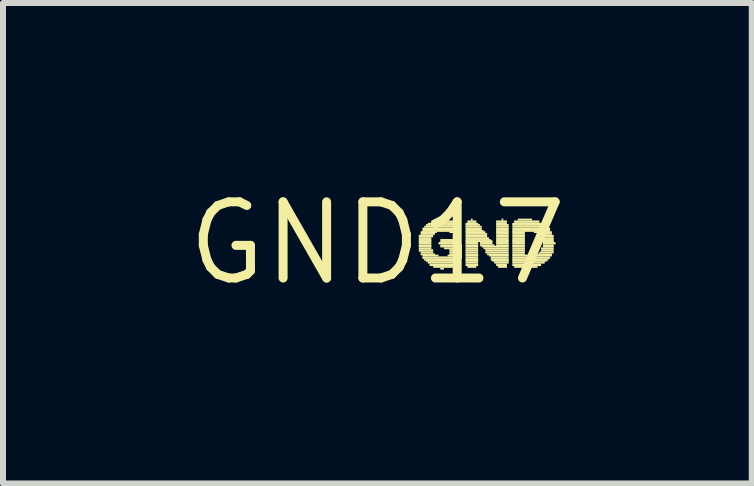
<source format=kicad_pcb>
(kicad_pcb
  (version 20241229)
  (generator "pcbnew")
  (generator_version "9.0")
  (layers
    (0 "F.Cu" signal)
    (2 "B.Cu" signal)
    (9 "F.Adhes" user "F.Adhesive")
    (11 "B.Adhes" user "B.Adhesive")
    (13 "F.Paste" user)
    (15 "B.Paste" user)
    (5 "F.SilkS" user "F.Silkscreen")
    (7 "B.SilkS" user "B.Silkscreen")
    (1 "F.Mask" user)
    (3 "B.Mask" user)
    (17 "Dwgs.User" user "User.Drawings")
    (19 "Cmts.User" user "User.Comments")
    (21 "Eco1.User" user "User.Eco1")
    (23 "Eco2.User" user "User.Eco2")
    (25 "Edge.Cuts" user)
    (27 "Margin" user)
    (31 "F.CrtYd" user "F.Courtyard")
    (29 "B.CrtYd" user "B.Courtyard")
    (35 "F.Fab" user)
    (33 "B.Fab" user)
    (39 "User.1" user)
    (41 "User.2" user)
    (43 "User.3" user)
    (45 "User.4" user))
  (footprint "GND17"
    (layer "F.Cu")
    (at 3.243 1.006)
    (property "Reference" "GND17" (at 0 0 0) (layer "F.SilkS") (effects (font (size 1.27 1.27) (thickness 0.15))))
    (fp_poly (pts (xy 0.69 -0.1) (xy 0.93 -0.1) (xy 0.93 -0.14) (xy 0.69 -0.14)) (stroke (width 0) (type default)) (fill yes) (layer "F.SilkS"))
    (fp_poly (pts (xy 0.69 -0.07) (xy 0.9 -0.07) (xy 0.9 -0.1) (xy 0.69 -0.1)) (stroke (width 0) (type default)) (fill yes) (layer "F.SilkS"))
    (fp_poly (pts (xy 0.69 -0.04) (xy 0.9 -0.04) (xy 0.9 -0.07) (xy 0.69 -0.07)) (stroke (width 0) (type default)) (fill yes) (layer "F.SilkS"))
    (fp_poly (pts (xy 0.69 -0.02) (xy 0.9 -0.02) (xy 0.9 -0.05) (xy 0.69 -0.05)) (stroke (width 0) (type default)) (fill yes) (layer "F.SilkS"))
    (fp_poly (pts (xy 0.69 0.02) (xy 0.9 0.02) (xy 0.9 -0.02) (xy 0.69 -0.02)) (stroke (width 0) (type default)) (fill yes) (layer "F.SilkS"))
    (fp_poly (pts (xy 0.69 0.05) (xy 0.9 0.05) (xy 0.9 0.02) (xy 0.69 0.02)) (stroke (width 0) (type default)) (fill yes) (layer "F.SilkS"))
    (fp_poly (pts (xy 0.69 0.07) (xy 0.9 0.07) (xy 0.9 0.04) (xy 0.69 0.04)) (stroke (width 0) (type default)) (fill yes) (layer "F.SilkS"))
    (fp_poly (pts (xy 0.69 0.1) (xy 0.9 0.1) (xy 0.9 0.07) (xy 0.69 0.07)) (stroke (width 0) (type default)) (fill yes) (layer "F.SilkS"))
    (fp_poly (pts (xy 0.69 0.14) (xy 0.93 0.14) (xy 0.93 0.1) (xy 0.69 0.1)) (stroke (width 0) (type default)) (fill yes) (layer "F.SilkS"))
    (fp_poly (pts (xy 0.72 -0.17) (xy 0.99 -0.17) (xy 0.99 -0.2) (xy 0.72 -0.2)) (stroke (width 0) (type default)) (fill yes) (layer "F.SilkS"))
    (fp_poly (pts (xy 0.72 -0.14) (xy 0.96 -0.14) (xy 0.96 -0.17) (xy 0.72 -0.17)) (stroke (width 0) (type default)) (fill yes) (layer "F.SilkS"))
    (fp_poly (pts (xy 0.72 0.17) (xy 0.93 0.17) (xy 0.93 0.14) (xy 0.72 0.14)) (stroke (width 0) (type default)) (fill yes) (layer "F.SilkS"))
    (fp_poly (pts (xy 0.72 0.2) (xy 0.96 0.2) (xy 0.96 0.17) (xy 0.72 0.17)) (stroke (width 0) (type default)) (fill yes) (layer "F.SilkS"))
    (fp_poly (pts (xy 0.75 -0.22) (xy 1.35 -0.22) (xy 1.35 -0.26) (xy 0.75 -0.26)) (stroke (width 0) (type default)) (fill yes) (layer "F.SilkS"))
    (fp_poly (pts (xy 0.75 -0.19) (xy 1.35 -0.19) (xy 1.35 -0.22) (xy 0.75 -0.22)) (stroke (width 0) (type default)) (fill yes) (layer "F.SilkS"))
    (fp_poly (pts (xy 0.75 0.22) (xy 1.02 0.22) (xy 1.02 0.19) (xy 0.75 0.19)) (stroke (width 0) (type default)) (fill yes) (layer "F.SilkS"))
    (fp_poly (pts (xy 0.75 0.26) (xy 1.41 0.26) (xy 1.41 0.22) (xy 0.75 0.22)) (stroke (width 0) (type default)) (fill yes) (layer "F.SilkS"))
    (fp_poly (pts (xy 0.78 -0.26) (xy 1.38 -0.26) (xy 1.38 -0.29) (xy 0.78 -0.29)) (stroke (width 0) (type default)) (fill yes) (layer "F.SilkS"))
    (fp_poly (pts (xy 0.78 0.29) (xy 1.38 0.29) (xy 1.38 0.26) (xy 0.78 0.26)) (stroke (width 0) (type default)) (fill yes) (layer "F.SilkS"))
    (fp_poly (pts (xy 0.81 -0.29) (xy 1.35 -0.29) (xy 1.35 -0.32) (xy 0.81 -0.32)) (stroke (width 0) (type default)) (fill yes) (layer "F.SilkS"))
    (fp_poly (pts (xy 0.81 0.31) (xy 1.38 0.31) (xy 1.38 0.28) (xy 0.81 0.28)) (stroke (width 0) (type default)) (fill yes) (layer "F.SilkS"))
    (fp_poly (pts (xy 0.84 -0.31) (xy 1.32 -0.31) (xy 1.32 -0.34) (xy 0.84 -0.34)) (stroke (width 0) (type default)) (fill yes) (layer "F.SilkS"))
    (fp_poly (pts (xy 0.84 0.34) (xy 1.35 0.34) (xy 1.35 0.31) (xy 0.84 0.31)) (stroke (width 0) (type default)) (fill yes) (layer "F.SilkS"))
    (fp_poly (pts (xy 0.87 0.38) (xy 1.32 0.38) (xy 1.32 0.34) (xy 0.87 0.34)) (stroke (width 0) (type default)) (fill yes) (layer "F.SilkS"))
    (fp_poly (pts (xy 0.9 -0.34) (xy 1.26 -0.34) (xy 1.26 -0.38) (xy 0.9 -0.38)) (stroke (width 0) (type default)) (fill yes) (layer "F.SilkS"))
    (fp_poly (pts (xy 0.93 0.41) (xy 1.26 0.41) (xy 1.26 0.38) (xy 0.93 0.38)) (stroke (width 0) (type default)) (fill yes) (layer "F.SilkS"))
    (fp_poly (pts (xy 0.99 -0.38) (xy 1.2 -0.38) (xy 1.2 -0.41) (xy 0.99 -0.41)) (stroke (width 0) (type default)) (fill yes) (layer "F.SilkS"))
    (fp_poly (pts (xy 1.02 0.02) (xy 1.38 0.02) (xy 1.38 -0.02) (xy 1.02 -0.02)) (stroke (width 0) (type default)) (fill yes) (layer "F.SilkS"))
    (fp_poly (pts (xy 1.05 -0.04) (xy 1.38 -0.04) (xy 1.38 -0.07) (xy 1.05 -0.07)) (stroke (width 0) (type default)) (fill yes) (layer "F.SilkS"))
    (fp_poly (pts (xy 1.05 -0.02) (xy 1.38 -0.02) (xy 1.38 -0.05) (xy 1.05 -0.05)) (stroke (width 0) (type default)) (fill yes) (layer "F.SilkS"))
    (fp_poly (pts (xy 1.05 0.05) (xy 1.41 0.05) (xy 1.41 0.02) (xy 1.05 0.02)) (stroke (width 0) (type default)) (fill yes) (layer "F.SilkS"))
    (fp_poly (pts (xy 1.05 0.07) (xy 1.41 0.07) (xy 1.41 0.04) (xy 1.05 0.04)) (stroke (width 0) (type default)) (fill yes) (layer "F.SilkS"))
    (fp_poly (pts (xy 1.05 0.44) (xy 1.11 0.44) (xy 1.11 0.41) (xy 1.05 0.41)) (stroke (width 0) (type default)) (fill yes) (layer "F.SilkS"))
    (fp_poly (pts (xy 1.11 0.1) (xy 1.41 0.1) (xy 1.41 0.07) (xy 1.11 0.07)) (stroke (width 0) (type default)) (fill yes) (layer "F.SilkS"))
    (fp_poly (pts (xy 1.17 0.22) (xy 1.41 0.22) (xy 1.41 0.19) (xy 1.17 0.19)) (stroke (width 0) (type default)) (fill yes) (layer "F.SilkS"))
    (fp_poly (pts (xy 1.2 -0.17) (xy 1.32 -0.17) (xy 1.32 -0.2) (xy 1.2 -0.2)) (stroke (width 0) (type default)) (fill yes) (layer "F.SilkS"))
    (fp_poly (pts (xy 1.2 0.14) (xy 1.41 0.14) (xy 1.41 0.1) (xy 1.2 0.1)) (stroke (width 0) (type default)) (fill yes) (layer "F.SilkS"))
    (fp_poly (pts (xy 1.2 0.17) (xy 1.41 0.17) (xy 1.41 0.14) (xy 1.2 0.14)) (stroke (width 0) (type default)) (fill yes) (layer "F.SilkS"))
    (fp_poly (pts (xy 1.2 0.2) (xy 1.41 0.2) (xy 1.41 0.17) (xy 1.2 0.17)) (stroke (width 0) (type default)) (fill yes) (layer "F.SilkS"))
    (fp_poly (pts (xy 1.26 -0.14) (xy 1.29 -0.14) (xy 1.29 -0.17) (xy 1.26 -0.17)) (stroke (width 0) (type default)) (fill yes) (layer "F.SilkS"))
    (fp_poly (pts (xy 1.47 -0.31) (xy 1.68 -0.31) (xy 1.68 -0.34) (xy 1.47 -0.34)) (stroke (width 0) (type default)) (fill yes) (layer "F.SilkS"))
    (fp_poly (pts (xy 1.47 -0.29) (xy 1.71 -0.29) (xy 1.71 -0.32) (xy 1.47 -0.32)) (stroke (width 0) (type default)) (fill yes) (layer "F.SilkS"))
    (fp_poly (pts (xy 1.47 -0.26) (xy 1.74 -0.26) (xy 1.74 -0.29) (xy 1.47 -0.29)) (stroke (width 0) (type default)) (fill yes) (layer "F.SilkS"))
    (fp_poly (pts (xy 1.47 -0.22) (xy 1.74 -0.22) (xy 1.74 -0.26) (xy 1.47 -0.26)) (stroke (width 0) (type default)) (fill yes) (layer "F.SilkS"))
    (fp_poly (pts (xy 1.47 -0.19) (xy 1.77 -0.19) (xy 1.77 -0.22) (xy 1.47 -0.22)) (stroke (width 0) (type default)) (fill yes) (layer "F.SilkS"))
    (fp_poly (pts (xy 1.47 -0.17) (xy 1.8 -0.17) (xy 1.8 -0.2) (xy 1.47 -0.2)) (stroke (width 0) (type default)) (fill yes) (layer "F.SilkS"))
    (fp_poly (pts (xy 1.47 -0.14) (xy 1.83 -0.14) (xy 1.83 -0.17) (xy 1.47 -0.17)) (stroke (width 0) (type default)) (fill yes) (layer "F.SilkS"))
    (fp_poly (pts (xy 1.47 -0.1) (xy 1.83 -0.1) (xy 1.83 -0.14) (xy 1.47 -0.14)) (stroke (width 0) (type default)) (fill yes) (layer "F.SilkS"))
    (fp_poly (pts (xy 1.47 -0.07) (xy 1.86 -0.07) (xy 1.86 -0.1) (xy 1.47 -0.1)) (stroke (width 0) (type default)) (fill yes) (layer "F.SilkS"))
    (fp_poly (pts (xy 1.47 -0.04) (xy 1.89 -0.04) (xy 1.89 -0.07) (xy 1.47 -0.07)) (stroke (width 0) (type default)) (fill yes) (layer "F.SilkS"))
    (fp_poly (pts (xy 1.47 -0.02) (xy 1.92 -0.02) (xy 1.92 -0.05) (xy 1.47 -0.05)) (stroke (width 0) (type default)) (fill yes) (layer "F.SilkS"))
    (fp_poly (pts (xy 1.47 0.02) (xy 1.68 0.02) (xy 1.68 -0.02) (xy 1.47 -0.02)) (stroke (width 0) (type default)) (fill yes) (layer "F.SilkS"))
    (fp_poly (pts (xy 1.47 0.05) (xy 1.68 0.05) (xy 1.68 0.02) (xy 1.47 0.02)) (stroke (width 0) (type default)) (fill yes) (layer "F.SilkS"))
    (fp_poly (pts (xy 1.47 0.07) (xy 1.68 0.07) (xy 1.68 0.04) (xy 1.47 0.04)) (stroke (width 0) (type default)) (fill yes) (layer "F.SilkS"))
    (fp_poly (pts (xy 1.47 0.1) (xy 1.68 0.1) (xy 1.68 0.07) (xy 1.47 0.07)) (stroke (width 0) (type default)) (fill yes) (layer "F.SilkS"))
    (fp_poly (pts (xy 1.47 0.14) (xy 1.68 0.14) (xy 1.68 0.1) (xy 1.47 0.1)) (stroke (width 0) (type default)) (fill yes) (layer "F.SilkS"))
    (fp_poly (pts (xy 1.47 0.17) (xy 1.68 0.17) (xy 1.68 0.14) (xy 1.47 0.14)) (stroke (width 0) (type default)) (fill yes) (layer "F.SilkS"))
    (fp_poly (pts (xy 1.47 0.2) (xy 1.68 0.2) (xy 1.68 0.17) (xy 1.47 0.17)) (stroke (width 0) (type default)) (fill yes) (layer "F.SilkS"))
    (fp_poly (pts (xy 1.47 0.22) (xy 1.68 0.22) (xy 1.68 0.19) (xy 1.47 0.19)) (stroke (width 0) (type default)) (fill yes) (layer "F.SilkS"))
    (fp_poly (pts (xy 1.47 0.26) (xy 1.68 0.26) (xy 1.68 0.22) (xy 1.47 0.22)) (stroke (width 0) (type default)) (fill yes) (layer "F.SilkS"))
    (fp_poly (pts (xy 1.47 0.29) (xy 1.68 0.29) (xy 1.68 0.26) (xy 1.47 0.26)) (stroke (width 0) (type default)) (fill yes) (layer "F.SilkS"))
    (fp_poly (pts (xy 1.47 0.31) (xy 1.68 0.31) (xy 1.68 0.28) (xy 1.47 0.28)) (stroke (width 0) (type default)) (fill yes) (layer "F.SilkS"))
    (fp_poly (pts (xy 1.47 0.34) (xy 1.68 0.34) (xy 1.68 0.31) (xy 1.47 0.31)) (stroke (width 0) (type default)) (fill yes) (layer "F.SilkS"))
    (fp_poly (pts (xy 1.47 0.38) (xy 1.68 0.38) (xy 1.68 0.34) (xy 1.47 0.34)) (stroke (width 0) (type default)) (fill yes) (layer "F.SilkS"))
    (fp_poly (pts (xy 1.5 -0.34) (xy 1.65 -0.34) (xy 1.65 -0.38) (xy 1.5 -0.38)) (stroke (width 0) (type default)) (fill yes) (layer "F.SilkS"))
    (fp_poly (pts (xy 1.5 0.41) (xy 1.65 0.41) (xy 1.65 0.38) (xy 1.5 0.38)) (stroke (width 0) (type default)) (fill yes) (layer "F.SilkS"))
    (fp_poly (pts (xy 1.56 -0.38) (xy 1.59 -0.38) (xy 1.59 -0.41) (xy 1.56 -0.41)) (stroke (width 0) (type default)) (fill yes) (layer "F.SilkS"))
    (fp_poly (pts (xy 1.71 0.02) (xy 1.92 0.02) (xy 1.92 -0.02) (xy 1.71 -0.02)) (stroke (width 0) (type default)) (fill yes) (layer "F.SilkS"))
    (fp_poly (pts (xy 1.71 0.05) (xy 1.95 0.05) (xy 1.95 0.02) (xy 1.71 0.02)) (stroke (width 0) (type default)) (fill yes) (layer "F.SilkS"))
    (fp_poly (pts (xy 1.74 0.07) (xy 2.19 0.07) (xy 2.19 0.04) (xy 1.74 0.04)) (stroke (width 0) (type default)) (fill yes) (layer "F.SilkS"))
    (fp_poly (pts (xy 1.77 0.1) (xy 2.19 0.1) (xy 2.19 0.07) (xy 1.77 0.07)) (stroke (width 0) (type default)) (fill yes) (layer "F.SilkS"))
    (fp_poly (pts (xy 1.8 0.14) (xy 2.19 0.14) (xy 2.19 0.1) (xy 1.8 0.1)) (stroke (width 0) (type default)) (fill yes) (layer "F.SilkS"))
    (fp_poly (pts (xy 1.8 0.17) (xy 2.19 0.17) (xy 2.19 0.14) (xy 1.8 0.14)) (stroke (width 0) (type default)) (fill yes) (layer "F.SilkS"))
    (fp_poly (pts (xy 1.83 0.2) (xy 2.19 0.2) (xy 2.19 0.17) (xy 1.83 0.17)) (stroke (width 0) (type default)) (fill yes) (layer "F.SilkS"))
    (fp_poly (pts (xy 1.86 0.22) (xy 2.19 0.22) (xy 2.19 0.19) (xy 1.86 0.19)) (stroke (width 0) (type default)) (fill yes) (layer "F.SilkS"))
    (fp_poly (pts (xy 1.89 0.26) (xy 2.19 0.26) (xy 2.19 0.22) (xy 1.89 0.22)) (stroke (width 0) (type default)) (fill yes) (layer "F.SilkS"))
    (fp_poly (pts (xy 1.89 0.29) (xy 2.19 0.29) (xy 2.19 0.26) (xy 1.89 0.26)) (stroke (width 0) (type default)) (fill yes) (layer "F.SilkS"))
    (fp_poly (pts (xy 1.92 0.31) (xy 2.19 0.31) (xy 2.19 0.28) (xy 1.92 0.28)) (stroke (width 0) (type default)) (fill yes) (layer "F.SilkS"))
    (fp_poly (pts (xy 1.95 0.34) (xy 2.19 0.34) (xy 2.19 0.31) (xy 1.95 0.31)) (stroke (width 0) (type default)) (fill yes) (layer "F.SilkS"))
    (fp_poly (pts (xy 1.98 -0.34) (xy 2.16 -0.34) (xy 2.16 -0.38) (xy 1.98 -0.38)) (stroke (width 0) (type default)) (fill yes) (layer "F.SilkS"))
    (fp_poly (pts (xy 1.98 -0.31) (xy 2.16 -0.31) (xy 2.16 -0.34) (xy 1.98 -0.34)) (stroke (width 0) (type default)) (fill yes) (layer "F.SilkS"))
    (fp_poly (pts (xy 1.98 -0.29) (xy 2.19 -0.29) (xy 2.19 -0.32) (xy 1.98 -0.32)) (stroke (width 0) (type default)) (fill yes) (layer "F.SilkS"))
    (fp_poly (pts (xy 1.98 -0.26) (xy 2.19 -0.26) (xy 2.19 -0.29) (xy 1.98 -0.29)) (stroke (width 0) (type default)) (fill yes) (layer "F.SilkS"))
    (fp_poly (pts (xy 1.98 -0.22) (xy 2.19 -0.22) (xy 2.19 -0.26) (xy 1.98 -0.26)) (stroke (width 0) (type default)) (fill yes) (layer "F.SilkS"))
    (fp_poly (pts (xy 1.98 -0.19) (xy 2.19 -0.19) (xy 2.19 -0.22) (xy 1.98 -0.22)) (stroke (width 0) (type default)) (fill yes) (layer "F.SilkS"))
    (fp_poly (pts (xy 1.98 -0.17) (xy 2.19 -0.17) (xy 2.19 -0.2) (xy 1.98 -0.2)) (stroke (width 0) (type default)) (fill yes) (layer "F.SilkS"))
    (fp_poly (pts (xy 1.98 -0.14) (xy 2.19 -0.14) (xy 2.19 -0.17) (xy 1.98 -0.17)) (stroke (width 0) (type default)) (fill yes) (layer "F.SilkS"))
    (fp_poly (pts (xy 1.98 -0.1) (xy 2.19 -0.1) (xy 2.19 -0.14) (xy 1.98 -0.14)) (stroke (width 0) (type default)) (fill yes) (layer "F.SilkS"))
    (fp_poly (pts (xy 1.98 -0.07) (xy 2.19 -0.07) (xy 2.19 -0.1) (xy 1.98 -0.1)) (stroke (width 0) (type default)) (fill yes) (layer "F.SilkS"))
    (fp_poly (pts (xy 1.98 -0.04) (xy 2.19 -0.04) (xy 2.19 -0.07) (xy 1.98 -0.07)) (stroke (width 0) (type default)) (fill yes) (layer "F.SilkS"))
    (fp_poly (pts (xy 1.98 -0.02) (xy 2.19 -0.02) (xy 2.19 -0.05) (xy 1.98 -0.05)) (stroke (width 0) (type default)) (fill yes) (layer "F.SilkS"))
    (fp_poly (pts (xy 1.98 0.02) (xy 2.19 0.02) (xy 2.19 -0.02) (xy 1.98 -0.02)) (stroke (width 0) (type default)) (fill yes) (layer "F.SilkS"))
    (fp_poly (pts (xy 1.98 0.05) (xy 2.19 0.05) (xy 2.19 0.02) (xy 1.98 0.02)) (stroke (width 0) (type default)) (fill yes) (layer "F.SilkS"))
    (fp_poly (pts (xy 1.98 0.38) (xy 2.16 0.38) (xy 2.16 0.34) (xy 1.98 0.34)) (stroke (width 0) (type default)) (fill yes) (layer "F.SilkS"))
    (fp_poly (pts (xy 2.01 0.41) (xy 2.16 0.41) (xy 2.16 0.38) (xy 2.01 0.38)) (stroke (width 0) (type default)) (fill yes) (layer "F.SilkS"))
    (fp_poly (pts (xy 2.07 -0.38) (xy 2.1 -0.38) (xy 2.1 -0.41) (xy 2.07 -0.41)) (stroke (width 0) (type default)) (fill yes) (layer "F.SilkS"))
    (fp_poly (pts (xy 2.25 -0.31) (xy 2.76 -0.31) (xy 2.76 -0.34) (xy 2.25 -0.34)) (stroke (width 0) (type default)) (fill yes) (layer "F.SilkS"))
    (fp_poly (pts (xy 2.25 -0.29) (xy 2.82 -0.29) (xy 2.82 -0.32) (xy 2.25 -0.32)) (stroke (width 0) (type default)) (fill yes) (layer "F.SilkS"))
    (fp_poly (pts (xy 2.25 -0.26) (xy 2.85 -0.26) (xy 2.85 -0.29) (xy 2.25 -0.29)) (stroke (width 0) (type default)) (fill yes) (layer "F.SilkS"))
    (fp_poly (pts (xy 2.25 -0.22) (xy 2.88 -0.22) (xy 2.88 -0.26) (xy 2.25 -0.26)) (stroke (width 0) (type default)) (fill yes) (layer "F.SilkS"))
    (fp_poly (pts (xy 2.25 -0.19) (xy 2.88 -0.19) (xy 2.88 -0.22) (xy 2.25 -0.22)) (stroke (width 0) (type default)) (fill yes) (layer "F.SilkS"))
    (fp_poly (pts (xy 2.25 -0.17) (xy 2.46 -0.17) (xy 2.46 -0.2) (xy 2.25 -0.2)) (stroke (width 0) (type default)) (fill yes) (layer "F.SilkS"))
    (fp_poly (pts (xy 2.25 -0.14) (xy 2.46 -0.14) (xy 2.46 -0.17) (xy 2.25 -0.17)) (stroke (width 0) (type default)) (fill yes) (layer "F.SilkS"))
    (fp_poly (pts (xy 2.25 -0.1) (xy 2.46 -0.1) (xy 2.46 -0.14) (xy 2.25 -0.14)) (stroke (width 0) (type default)) (fill yes) (layer "F.SilkS"))
    (fp_poly (pts (xy 2.25 -0.07) (xy 2.46 -0.07) (xy 2.46 -0.1) (xy 2.25 -0.1)) (stroke (width 0) (type default)) (fill yes) (layer "F.SilkS"))
    (fp_poly (pts (xy 2.25 -0.04) (xy 2.46 -0.04) (xy 2.46 -0.07) (xy 2.25 -0.07)) (stroke (width 0) (type default)) (fill yes) (layer "F.SilkS"))
    (fp_poly (pts (xy 2.25 -0.02) (xy 2.46 -0.02) (xy 2.46 -0.05) (xy 2.25 -0.05)) (stroke (width 0) (type default)) (fill yes) (layer "F.SilkS"))
    (fp_poly (pts (xy 2.25 0.02) (xy 2.46 0.02) (xy 2.46 -0.02) (xy 2.25 -0.02)) (stroke (width 0) (type default)) (fill yes) (layer "F.SilkS"))
    (fp_poly (pts (xy 2.25 0.05) (xy 2.46 0.05) (xy 2.46 0.02) (xy 2.25 0.02)) (stroke (width 0) (type default)) (fill yes) (layer "F.SilkS"))
    (fp_poly (pts (xy 2.25 0.07) (xy 2.46 0.07) (xy 2.46 0.04) (xy 2.25 0.04)) (stroke (width 0) (type default)) (fill yes) (layer "F.SilkS"))
    (fp_poly (pts (xy 2.25 0.1) (xy 2.46 0.1) (xy 2.46 0.07) (xy 2.25 0.07)) (stroke (width 0) (type default)) (fill yes) (layer "F.SilkS"))
    (fp_poly (pts (xy 2.25 0.14) (xy 2.46 0.14) (xy 2.46 0.1) (xy 2.25 0.1)) (stroke (width 0) (type default)) (fill yes) (layer "F.SilkS"))
    (fp_poly (pts (xy 2.25 0.17) (xy 2.46 0.17) (xy 2.46 0.14) (xy 2.25 0.14)) (stroke (width 0) (type default)) (fill yes) (layer "F.SilkS"))
    (fp_poly (pts (xy 2.25 0.2) (xy 2.46 0.2) (xy 2.46 0.17) (xy 2.25 0.17)) (stroke (width 0) (type default)) (fill yes) (layer "F.SilkS"))
    (fp_poly (pts (xy 2.25 0.22) (xy 2.91 0.22) (xy 2.91 0.19) (xy 2.25 0.19)) (stroke (width 0) (type default)) (fill yes) (layer "F.SilkS"))
    (fp_poly (pts (xy 2.25 0.26) (xy 2.88 0.26) (xy 2.88 0.22) (xy 2.25 0.22)) (stroke (width 0) (type default)) (fill yes) (layer "F.SilkS"))
    (fp_poly (pts (xy 2.25 0.29) (xy 2.85 0.29) (xy 2.85 0.26) (xy 2.25 0.26)) (stroke (width 0) (type default)) (fill yes) (layer "F.SilkS"))
    (fp_poly (pts (xy 2.25 0.31) (xy 2.82 0.31) (xy 2.82 0.28) (xy 2.25 0.28)) (stroke (width 0) (type default)) (fill yes) (layer "F.SilkS"))
    (fp_poly (pts (xy 2.25 0.34) (xy 2.79 0.34) (xy 2.79 0.31) (xy 2.25 0.31)) (stroke (width 0) (type default)) (fill yes) (layer "F.SilkS"))
    (fp_poly (pts (xy 2.25 0.38) (xy 2.73 0.38) (xy 2.73 0.34) (xy 2.25 0.34)) (stroke (width 0) (type default)) (fill yes) (layer "F.SilkS"))
    (fp_poly (pts (xy 2.28 -0.34) (xy 2.7 -0.34) (xy 2.7 -0.38) (xy 2.28 -0.38)) (stroke (width 0) (type default)) (fill yes) (layer "F.SilkS"))
    (fp_poly (pts (xy 2.28 0.41) (xy 2.67 0.41) (xy 2.67 0.38) (xy 2.28 0.38)) (stroke (width 0) (type default)) (fill yes) (layer "F.SilkS"))
    (fp_poly (pts (xy 2.34 -0.38) (xy 2.58 -0.38) (xy 2.58 -0.41) (xy 2.34 -0.41)) (stroke (width 0) (type default)) (fill yes) (layer "F.SilkS"))
    (fp_poly (pts (xy 2.61 -0.17) (xy 2.91 -0.17) (xy 2.91 -0.2) (xy 2.61 -0.2)) (stroke (width 0) (type default)) (fill yes) (layer "F.SilkS"))
    (fp_poly (pts (xy 2.67 -0.14) (xy 2.91 -0.14) (xy 2.91 -0.17) (xy 2.67 -0.17)) (stroke (width 0) (type default)) (fill yes) (layer "F.SilkS"))
    (fp_poly (pts (xy 2.67 0.2) (xy 2.91 0.2) (xy 2.91 0.17) (xy 2.67 0.17)) (stroke (width 0) (type default)) (fill yes) (layer "F.SilkS"))
    (fp_poly (pts (xy 2.7 -0.1) (xy 2.94 -0.1) (xy 2.94 -0.14) (xy 2.7 -0.14)) (stroke (width 0) (type default)) (fill yes) (layer "F.SilkS"))
    (fp_poly (pts (xy 2.7 0.17) (xy 2.94 0.17) (xy 2.94 0.14) (xy 2.7 0.14)) (stroke (width 0) (type default)) (fill yes) (layer "F.SilkS"))
    (fp_poly (pts (xy 2.73 -0.07) (xy 2.94 -0.07) (xy 2.94 -0.1) (xy 2.73 -0.1)) (stroke (width 0) (type default)) (fill yes) (layer "F.SilkS"))
    (fp_poly (pts (xy 2.73 -0.04) (xy 2.94 -0.04) (xy 2.94 -0.07) (xy 2.73 -0.07)) (stroke (width 0) (type default)) (fill yes) (layer "F.SilkS"))
    (fp_poly (pts (xy 2.73 0.1) (xy 2.94 0.1) (xy 2.94 0.07) (xy 2.73 0.07)) (stroke (width 0) (type default)) (fill yes) (layer "F.SilkS"))
    (fp_poly (pts (xy 2.73 0.14) (xy 2.94 0.14) (xy 2.94 0.1) (xy 2.73 0.1)) (stroke (width 0) (type default)) (fill yes) (layer "F.SilkS"))
    (fp_poly (pts (xy 2.76 -0.02) (xy 2.94 -0.02) (xy 2.94 -0.05) (xy 2.76 -0.05)) (stroke (width 0) (type default)) (fill yes) (layer "F.SilkS"))
    (fp_poly (pts (xy 2.76 0.02) (xy 2.97 0.02) (xy 2.97 -0.02) (xy 2.76 -0.02)) (stroke (width 0) (type default)) (fill yes) (layer "F.SilkS"))
    (fp_poly (pts (xy 2.76 0.05) (xy 2.94 0.05) (xy 2.94 0.02) (xy 2.76 0.02)) (stroke (width 0) (type default)) (fill yes) (layer "F.SilkS"))
    (fp_poly (pts (xy 2.76 0.07) (xy 2.94 0.07) (xy 2.94 0.04) (xy 2.76 0.04)) (stroke (width 0) (type default)) (fill yes) (layer "F.SilkS")))
  (gr_rect
    (start -3 -3)
    (end 9.486 5.012)
    (stroke (width 0.1) (type default))
    (fill no)
    (layer "Edge.Cuts")))
</source>
